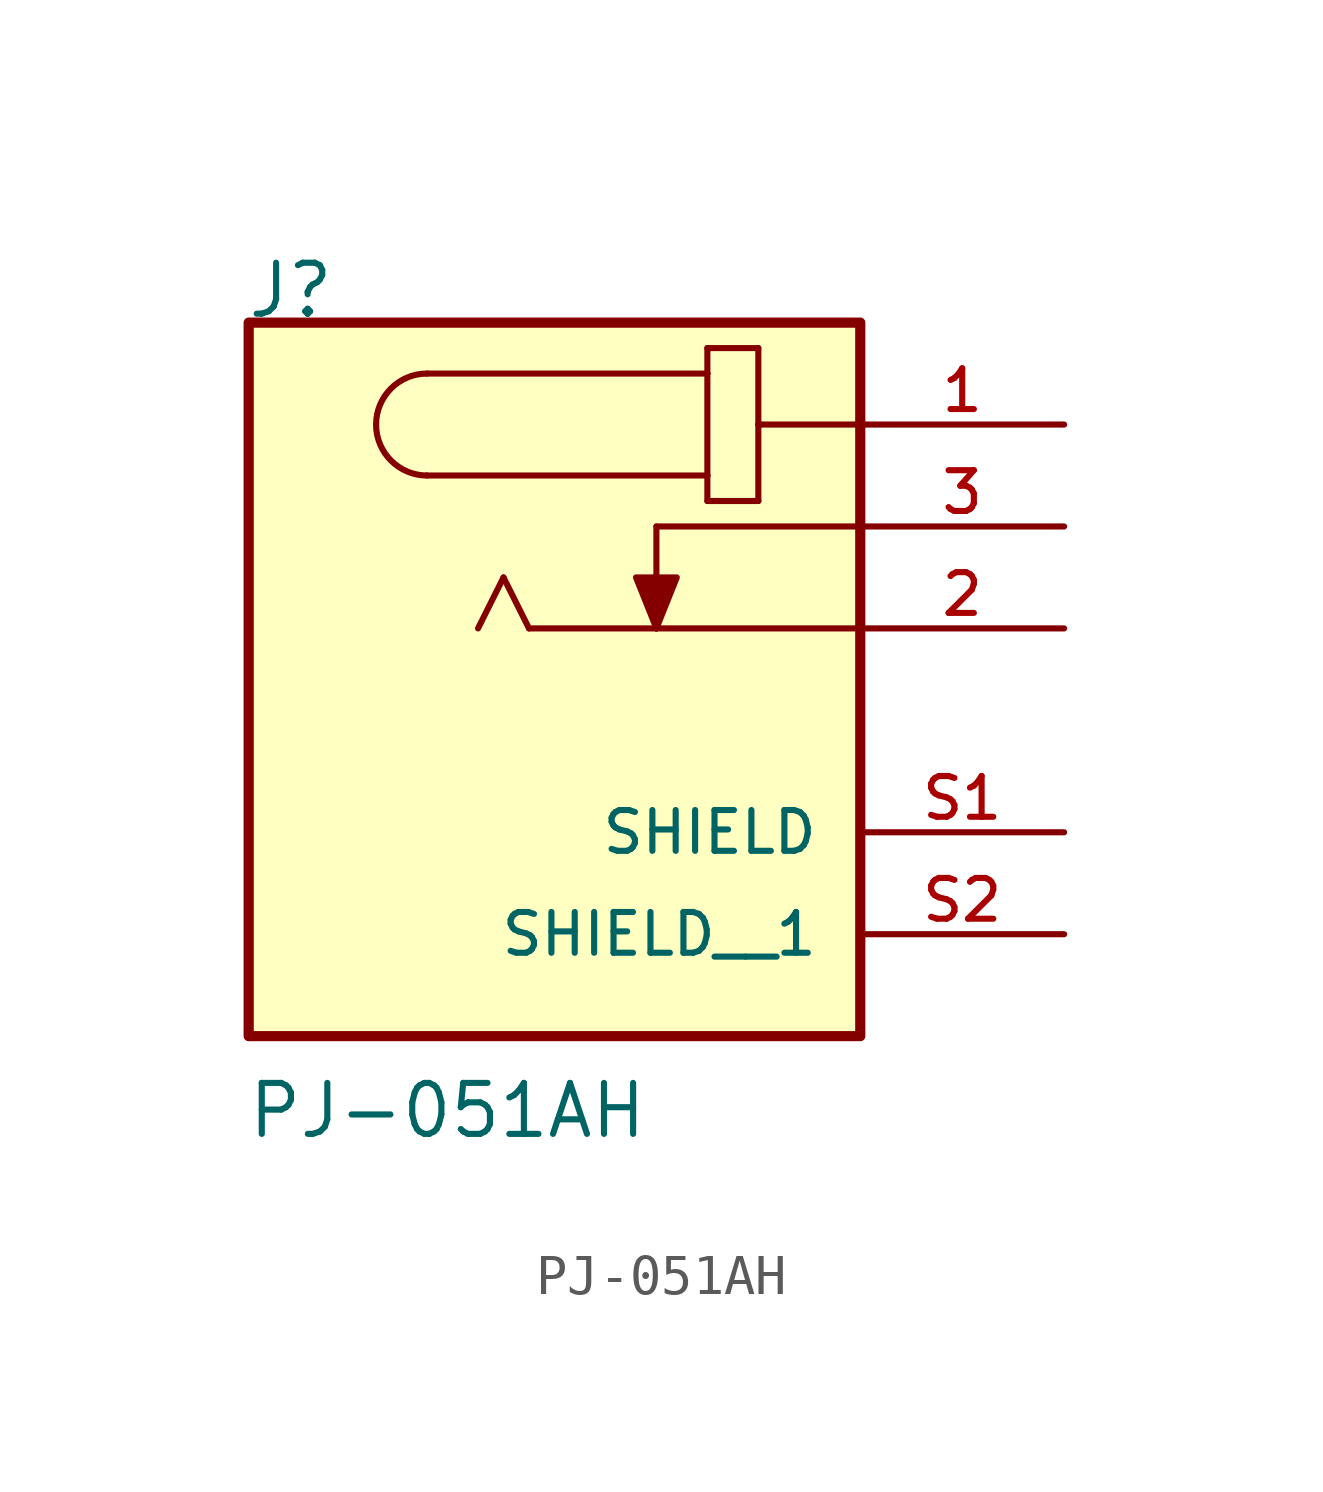
<source format=kicad_sym>
(kicad_symbol_lib
  (version 20211014)
  (generator kicad_symbol_editor)
  (symbol "PJ-051AH"
    (pin_names
      (offset 1.016))
    (property "Reference" "J"
      (at -7.702 7.679 0)
      (effects (font (size 1.27 1.27)) (justify bottom left)))
    (property "Value" "PJ-051AH"
      (at -7.696 -12.759 0)
      (effects (font (size 1.27 1.27)) (justify bottom left)))
    (symbol "PJ-051AH_0_0"
      (arc (start -3.175 6.35) (mid -4.445 5.08) (end -3.175 3.81) (stroke (width 0.1524) (type default) (color 0 0 0 0)) (fill (type none)))
      (polyline (pts (xy -3.175 6.35) (xy 3.81 6.35)) (stroke (width 0.152)))
      (polyline (pts (xy 3.81 6.35) (xy 3.81 3.81)) (stroke (width 0.152)))
      (polyline (pts (xy 3.81 3.81) (xy -3.175 3.81)) (stroke (width 0.152)))
      (polyline (pts (xy 3.81 3.81) (xy 3.81 3.175)) (stroke (width 0.152)))
      (polyline (pts (xy 3.81 3.175) (xy 5.08 3.175)) (stroke (width 0.152)))
      (polyline (pts (xy 5.08 3.175) (xy 5.08 5.08)) (stroke (width 0.152)))
      (polyline (pts (xy 5.08 5.08) (xy 5.08 6.985)) (stroke (width 0.152)))
      (polyline (pts (xy 5.08 6.985) (xy 3.81 6.985)) (stroke (width 0.152)))
      (polyline (pts (xy 3.81 6.985) (xy 3.81 6.35)) (stroke (width 0.152)))
      (polyline (pts (xy 2.54 0.0) (xy -0.635 0.0)) (stroke (width 0.152)))
      (polyline (pts (xy -0.635 0.0) (xy -1.27 1.27)) (stroke (width 0.152)))
      (polyline (pts (xy -1.27 1.27) (xy -1.905 0.0)) (stroke (width 0.152)))
      (polyline (pts (xy 2.54 2.54) (xy 2.54 0.0)) (stroke (width 0.152)))
      (polyline (pts (xy 2.54 0.0) (xy 2.032 1.27) (xy 3.048 1.27) (xy 2.54 0.0)) (stroke (width 0.152)) (fill (type outline)))
      (polyline (pts (xy 2.54 0.0) (xy 7.62 0.0)) (stroke (width 0.152)))
      (polyline (pts (xy 2.54 2.54) (xy 7.62 2.54)) (stroke (width 0.152)))
      (polyline (pts (xy 5.08 5.08) (xy 7.62 5.08)) (stroke (width 0.152)))
      (rectangle (start -7.62 -10.16) (end 7.62 7.62) (stroke (width 0.254)) (fill (type background)))
      (pin passive line (at 12.7 5.08 180.0) (length 5.08) (name "~" (effects (font (size 1.016 1.016)))) (number "1" (effects (font (size 1.016 1.016)))))
      (pin passive line (at 12.7 2.54 180.0) (length 5.08) (name "~" (effects (font (size 1.016 1.016)))) (number "3" (effects (font (size 1.016 1.016)))))
      (pin passive line (at 12.7 0.0 180.0) (length 5.08) (name "~" (effects (font (size 1.016 1.016)))) (number "2" (effects (font (size 1.016 1.016)))))
      (pin passive line (at 12.7 -5.08 180.0) (length 5.08) (name "SHIELD" (effects (font (size 1.016 1.016)))) (number "S1" (effects (font (size 1.016 1.016)))))
      (pin passive line (at 12.7 -7.62 180.0) (length 5.08) (name "SHIELD__1" (effects (font (size 1.016 1.016)))) (number "S2" (effects (font (size 1.016 1.016))))))))
</source>
